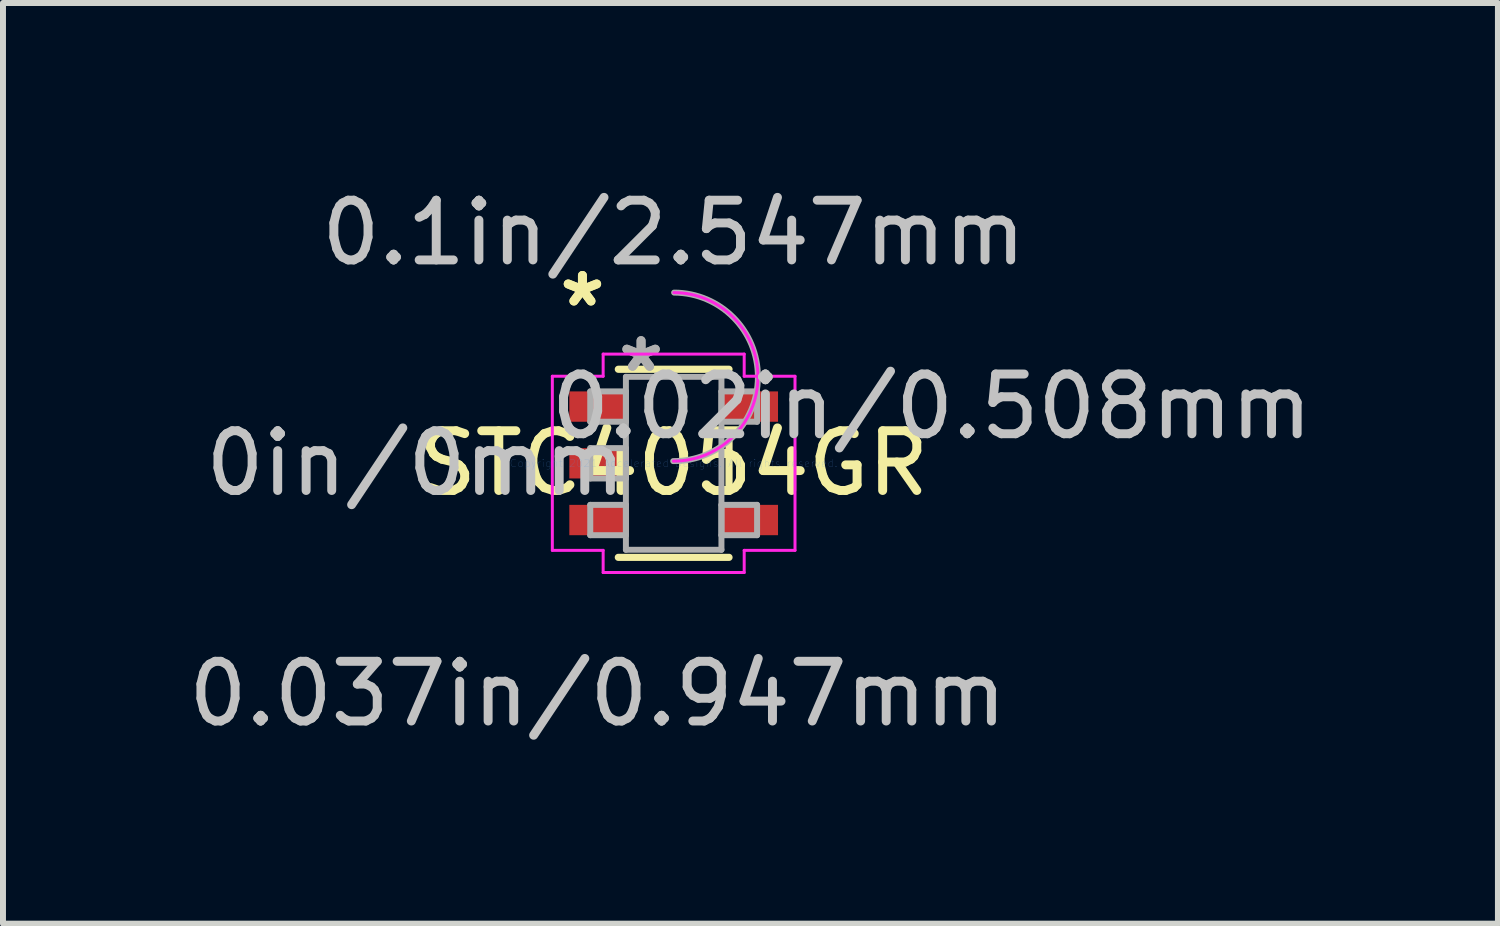
<source format=kicad_pcb>
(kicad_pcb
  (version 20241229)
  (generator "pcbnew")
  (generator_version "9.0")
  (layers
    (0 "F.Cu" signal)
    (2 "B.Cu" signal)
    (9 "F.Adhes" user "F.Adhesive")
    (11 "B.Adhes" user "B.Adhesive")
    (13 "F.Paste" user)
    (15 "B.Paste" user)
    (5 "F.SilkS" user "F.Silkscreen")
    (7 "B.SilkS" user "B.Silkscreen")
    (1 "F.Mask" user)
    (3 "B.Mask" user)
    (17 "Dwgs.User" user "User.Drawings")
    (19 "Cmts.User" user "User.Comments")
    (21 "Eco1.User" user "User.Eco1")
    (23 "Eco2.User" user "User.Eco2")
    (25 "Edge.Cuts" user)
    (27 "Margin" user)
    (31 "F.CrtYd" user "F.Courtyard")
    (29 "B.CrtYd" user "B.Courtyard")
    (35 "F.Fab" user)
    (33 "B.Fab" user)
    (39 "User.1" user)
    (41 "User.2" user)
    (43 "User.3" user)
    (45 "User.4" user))
  (footprint "STC4054GR"
    (layer "F.Cu")
    (at 8.232 4.709)
    (property "Reference" "STC4054GR" (at 0 0 0) (layer "F.SilkS") (effects (font (size 1 1) (thickness 0.15))))
    (attr through_hole)
    (fp_line (start -0.927 1.575) (end 0.927 1.575) (stroke (width 0.12) (type solid)) (layer "F.SilkS"))
    (fp_line (start 0.927 -1.575) (end -0.927 -1.575) (stroke (width 0.12) (type solid)) (layer "F.SilkS"))
    (fp_line (start 0.927 0.363) (end 0.927 -0.363) (stroke (width 0.12) (type solid)) (layer "F.SilkS"))
    (fp_line (start -2.032 -1.458) (end -1.181 -1.458) (stroke (width 0.05) (type solid)) (layer "F.CrtYd"))
    (fp_line (start -2.032 1.458) (end -2.032 -1.458) (stroke (width 0.05) (type solid)) (layer "F.CrtYd"))
    (fp_line (start -1.181 -1.829) (end 1.181 -1.829) (stroke (width 0.05) (type solid)) (layer "F.CrtYd"))
    (fp_line (start -1.181 -1.458) (end -1.181 -1.829) (stroke (width 0.05) (type solid)) (layer "F.CrtYd"))
    (fp_line (start -1.181 1.458) (end -2.032 1.458) (stroke (width 0.05) (type solid)) (layer "F.CrtYd"))
    (fp_line (start -1.181 1.829) (end -1.181 1.458) (stroke (width 0.05) (type solid)) (layer "F.CrtYd"))
    (fp_line (start 1.181 -1.829) (end 1.181 -1.458) (stroke (width 0.05) (type solid)) (layer "F.CrtYd"))
    (fp_line (start 1.181 -1.458) (end 2.032 -1.458) (stroke (width 0.05) (type solid)) (layer "F.CrtYd"))
    (fp_line (start 1.181 1.458) (end 1.181 1.829) (stroke (width 0.05) (type solid)) (layer "F.CrtYd"))
    (fp_line (start 1.181 1.829) (end -1.181 1.829) (stroke (width 0.05) (type solid)) (layer "F.CrtYd"))
    (fp_line (start 2.032 -1.458) (end 2.032 1.458) (stroke (width 0.05) (type solid)) (layer "F.CrtYd"))
    (fp_line (start 2.032 1.458) (end 1.181 1.458) (stroke (width 0.05) (type solid)) (layer "F.CrtYd"))
    (fp_arc (start 0.003387 -2.858826) (mid 1.411026 -1.444413) (end -0.003387 -0.036774) (stroke (width 0.05) (type solid)) (layer "F.CrtYd"))
    (fp_line (start -1.397 -1.204) (end -1.397 -0.696) (stroke (width 0.1) (type solid)) (layer "F.Fab"))
    (fp_line (start -1.397 -0.696) (end -0.8 -0.696) (stroke (width 0.1) (type solid)) (layer "F.Fab"))
    (fp_line (start -1.397 -0.254) (end -1.397 0.254) (stroke (width 0.1) (type solid)) (layer "F.Fab"))
    (fp_line (start -1.397 0.254) (end -0.8 0.254) (stroke (width 0.1) (type solid)) (layer "F.Fab"))
    (fp_line (start -1.397 0.696) (end -1.397 1.204) (stroke (width 0.1) (type solid)) (layer "F.Fab"))
    (fp_line (start -1.397 1.204) (end -0.8 1.204) (stroke (width 0.1) (type solid)) (layer "F.Fab"))
    (fp_line (start -0.8 -1.448) (end -0.8 1.448) (stroke (width 0.1) (type solid)) (layer "F.Fab"))
    (fp_line (start -0.8 -1.204) (end -1.397 -1.204) (stroke (width 0.1) (type solid)) (layer "F.Fab"))
    (fp_line (start -0.8 -0.696) (end -0.8 -1.204) (stroke (width 0.1) (type solid)) (layer "F.Fab"))
    (fp_line (start -0.8 -0.254) (end -1.397 -0.254) (stroke (width 0.1) (type solid)) (layer "F.Fab"))
    (fp_line (start -0.8 0.254) (end -0.8 -0.254) (stroke (width 0.1) (type solid)) (layer "F.Fab"))
    (fp_line (start -0.8 0.696) (end -1.397 0.696) (stroke (width 0.1) (type solid)) (layer "F.Fab"))
    (fp_line (start -0.8 1.204) (end -0.8 0.696) (stroke (width 0.1) (type solid)) (layer "F.Fab"))
    (fp_line (start -0.8 1.448) (end 0.8 1.448) (stroke (width 0.1) (type solid)) (layer "F.Fab"))
    (fp_line (start 0.8 -1.448) (end -0.8 -1.448) (stroke (width 0.1) (type solid)) (layer "F.Fab"))
    (fp_line (start 0.8 -1.204) (end 0.8 -0.696) (stroke (width 0.1) (type solid)) (layer "F.Fab"))
    (fp_line (start 0.8 -0.696) (end 1.397 -0.696) (stroke (width 0.1) (type solid)) (layer "F.Fab"))
    (fp_line (start 0.8 0.696) (end 0.8 1.204) (stroke (width 0.1) (type solid)) (layer "F.Fab"))
    (fp_line (start 0.8 1.204) (end 1.397 1.204) (stroke (width 0.1) (type solid)) (layer "F.Fab"))
    (fp_line (start 0.8 1.448) (end 0.8 -1.448) (stroke (width 0.1) (type solid)) (layer "F.Fab"))
    (fp_line (start 1.397 -1.204) (end 0.8 -1.204) (stroke (width 0.1) (type solid)) (layer "F.Fab"))
    (fp_line (start 1.397 -0.696) (end 1.397 -1.204) (stroke (width 0.1) (type solid)) (layer "F.Fab"))
    (fp_line (start 1.397 0.696) (end 0.8 0.696) (stroke (width 0.1) (type solid)) (layer "F.Fab"))
    (fp_line (start 1.397 1.204) (end 1.397 0.696) (stroke (width 0.1) (type solid)) (layer "F.Fab"))
    (fp_arc (start 0.007742 -2.858826) (mid 1.411026 -1.440058) (end -0.007742 -0.036774) (stroke (width 0.1) (type solid)) (layer "F.Fab"))
    (fp_text user "*" (at -1.528 -2.601 0) (layer "F.SilkS") (effects (font (size 1 1) (thickness 0.15))))
    (fp_text user "*" (at -1.528 -2.601 0) (layer "F.SilkS") (effects (font (size 1 1) (thickness 0.15))))
    (fp_text user "0in/0mm" (at -4.322 0 0) (layer "Dwgs.User") (effects (font (size 1 1) (thickness 0.15))))
    (fp_text user "0.1in/2.547mm" (at 0 -3.861 0) (layer "Dwgs.User") (effects (font (size 1 1) (thickness 0.15))))
    (fp_text user "0.02in/0.508mm" (at 4.322 -0.95 0) (layer "Dwgs.User") (effects (font (size 1 1) (thickness 0.15))))
    (fp_text user "0.037in/0.947mm" (at -1.274 3.861 0) (layer "Dwgs.User") (effects (font (size 1 1) (thickness 0.15))))
    (fp_text user "Copyright 2021 Accelerated Designs. All rights reserved." (at 0 0 0) (layer "Cmts.User") (effects (font (size 0.127 0.127) (thickness 0.002))))
    (fp_text user "*" (at -0.546 -1.509 0) (layer "F.Fab") (effects (font (size 1 1) (thickness 0.15))))
    (fp_text user "*" (at -0.546 -1.509 0) (layer "F.Fab") (effects (font (size 1 1) (thickness 0.15))))
    (pad "1" smd rect (at -1.274 -0.95) (size 0.947 0.508) (layers "F.Cu" "F.Mask" "F.Paste"))
    (pad "2" smd rect (at -1.274 0) (size 0.947 0.508) (layers "F.Cu" "F.Mask" "F.Paste"))
    (pad "3" smd rect (at -1.274 0.95) (size 0.947 0.508) (layers "F.Cu" "F.Mask" "F.Paste"))
    (pad "4" smd rect (at 1.274 0.95) (size 0.947 0.508) (layers "F.Cu" "F.Mask" "F.Paste"))
    (pad "5" smd rect (at 1.274 -0.95) (size 0.947 0.508) (layers "F.Cu" "F.Mask" "F.Paste")))
  (gr_rect
    (start -3 -3)
    (end 22.036 12.418)
    (stroke (width 0.1) (type default))
    (fill no)
    (layer "Edge.Cuts")))
</source>
